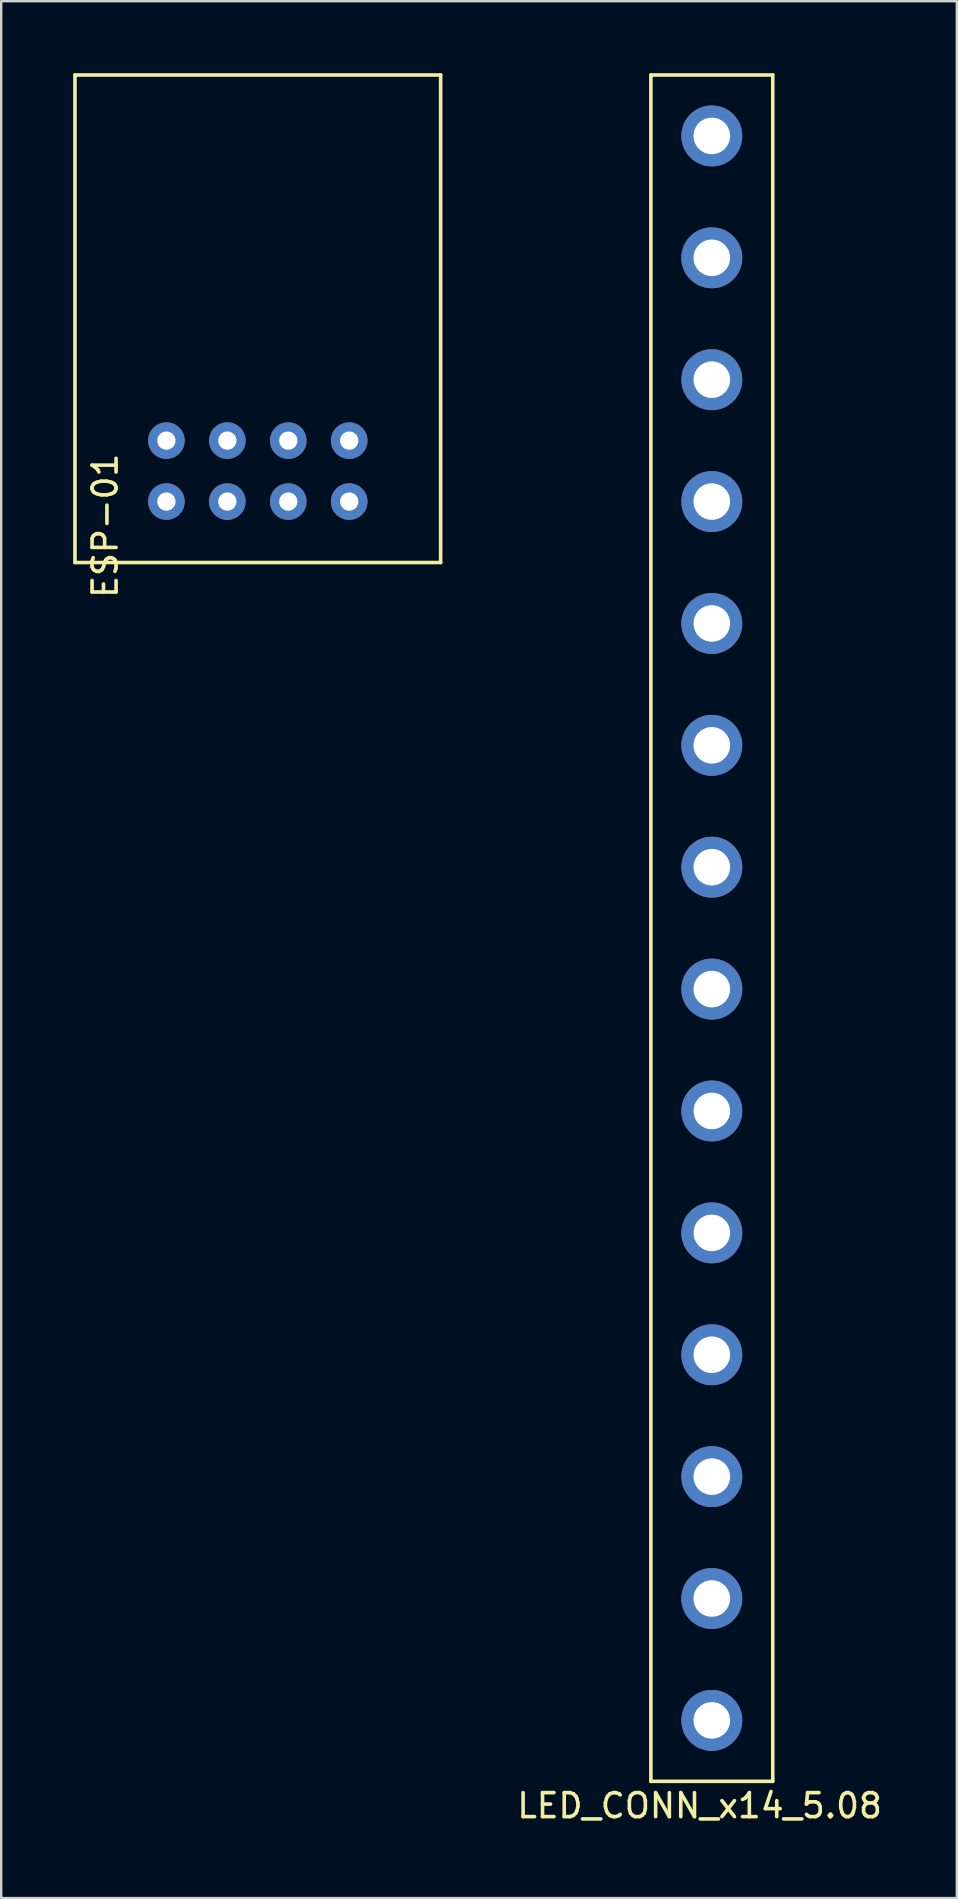
<source format=kicad_pcb>
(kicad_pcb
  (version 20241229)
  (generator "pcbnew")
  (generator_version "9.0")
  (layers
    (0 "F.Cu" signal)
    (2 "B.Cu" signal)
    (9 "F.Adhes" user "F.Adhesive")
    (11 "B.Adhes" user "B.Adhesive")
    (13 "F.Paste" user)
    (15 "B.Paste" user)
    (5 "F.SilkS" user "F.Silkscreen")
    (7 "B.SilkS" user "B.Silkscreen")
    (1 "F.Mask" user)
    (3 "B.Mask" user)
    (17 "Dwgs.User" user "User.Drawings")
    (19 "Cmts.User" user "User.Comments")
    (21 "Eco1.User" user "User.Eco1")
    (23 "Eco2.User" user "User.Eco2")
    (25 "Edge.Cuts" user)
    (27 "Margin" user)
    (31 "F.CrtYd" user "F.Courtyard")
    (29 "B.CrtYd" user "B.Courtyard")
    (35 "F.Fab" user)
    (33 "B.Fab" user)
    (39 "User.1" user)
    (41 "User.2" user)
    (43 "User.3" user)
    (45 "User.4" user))
  (footprint "LED_CONN_x14_5.08"
    (layer "F.Cu")
    (at 26.618 68.655)
    (property "Reference" "LED_CONN_x14_5.08" (at -0.508 3.556 0) (layer "F.SilkS") (effects (font (size 1 1) (thickness 0.15))))
    (attr through_hole)
    (fp_line (start -2.54 -68.58) (end 2.54 -68.58) (stroke (width 0.15) (type solid)) (layer "F.SilkS"))
    (fp_line (start -2.54 2.54) (end -2.54 -68.58) (stroke (width 0.15) (type solid)) (layer "F.SilkS"))
    (fp_line (start 2.54 -68.58) (end 2.54 2.54) (stroke (width 0.15) (type solid)) (layer "F.SilkS"))
    (fp_line (start 2.54 2.54) (end -2.54 2.54) (stroke (width 0.15) (type solid)) (layer "F.SilkS"))
    (pad "1" thru_hole circle (at 0 0) (size 2.54 2.54) (drill 1.524) (layers "*.Cu" "*.Mask"))
    (pad "2" thru_hole circle (at 0 -5.08) (size 2.54 2.54) (drill 1.524) (layers "*.Cu" "*.Mask"))
    (pad "3" thru_hole circle (at 0 -10.16) (size 2.54 2.54) (drill 1.524) (layers "*.Cu" "*.Mask"))
    (pad "4" thru_hole circle (at 0 -15.24) (size 2.54 2.54) (drill 1.524) (layers "*.Cu" "*.Mask"))
    (pad "5" thru_hole circle (at 0 -20.32) (size 2.54 2.54) (drill 1.524) (layers "*.Cu" "*.Mask"))
    (pad "6" thru_hole circle (at 0 -25.4) (size 2.54 2.54) (drill 1.524) (layers "*.Cu" "*.Mask"))
    (pad "7" thru_hole circle (at 0 -30.48) (size 2.54 2.54) (drill 1.524) (layers "*.Cu" "*.Mask"))
    (pad "8" thru_hole circle (at 0 -35.56) (size 2.54 2.54) (drill 1.524) (layers "*.Cu" "*.Mask"))
    (pad "9" thru_hole circle (at 0 -40.64) (size 2.54 2.54) (drill 1.524) (layers "*.Cu" "*.Mask"))
    (pad "10" thru_hole circle (at 0 -45.72) (size 2.54 2.54) (drill 1.524) (layers "*.Cu" "*.Mask"))
    (pad "11" thru_hole circle (at 0 -50.8) (size 2.54 2.54) (drill 1.524) (layers "*.Cu" "*.Mask"))
    (pad "12" thru_hole circle (at 0 -55.88) (size 2.54 2.54) (drill 1.524) (layers "*.Cu" "*.Mask"))
    (pad "13" thru_hole circle (at 0 -60.96) (size 2.54 2.54) (drill 1.524) (layers "*.Cu" "*.Mask"))
    (pad "14" thru_hole circle (at 0 -66.04) (size 2.54 2.54) (drill 1.524) (layers "*.Cu" "*.Mask")))
  (footprint "ESP-01"
    (layer "F.Cu")
    (at 11.505 15.315)
    (property "Reference" "ESP-01" (at -10.173 3.546 90) (layer "F.SilkS") (effects (font (size 1 1) (thickness 0.15))))
    (attr through_hole)
    (fp_line (start -11.43 -15.24) (end -11.43 5.08) (stroke (width 0.15) (type solid)) (layer "F.SilkS"))
    (fp_line (start -11.43 -15.24) (end 3.81 -15.24) (stroke (width 0.15) (type solid)) (layer "F.SilkS"))
    (fp_line (start -11.43 5.08) (end 3.81 5.08) (stroke (width 0.15) (type solid)) (layer "F.SilkS"))
    (fp_line (start 3.81 5.08) (end 3.81 -15.24) (stroke (width 0.15) (type solid)) (layer "F.SilkS"))
    (pad "1" thru_hole circle (at 0 0) (size 1.524 1.524) (drill 0.762) (layers "*.Cu" "*.Mask"))
    (pad "2" thru_hole circle (at -2.54 0) (size 1.524 1.524) (drill 0.762) (layers "*.Cu" "*.Mask"))
    (pad "3" thru_hole circle (at -5.08 0) (size 1.524 1.524) (drill 0.762) (layers "*.Cu" "*.Mask"))
    (pad "4" thru_hole circle (at -7.62 0) (size 1.524 1.524) (drill 0.762) (layers "*.Cu" "*.Mask"))
    (pad "5" thru_hole circle (at -7.62 2.54) (size 1.524 1.524) (drill 0.762) (layers "*.Cu" "*.Mask"))
    (pad "6" thru_hole circle (at -5.08 2.54) (size 1.524 1.524) (drill 0.762) (layers "*.Cu" "*.Mask"))
    (pad "7" thru_hole circle (at -2.54 2.54) (size 1.524 1.524) (drill 0.762) (layers "*.Cu" "*.Mask"))
    (pad "8" thru_hole circle (at 0 2.54) (size 1.524 1.524) (drill 0.762) (layers "*.Cu" "*.Mask")))
  (gr_rect
    (start -3 -3)
    (end 36.83 76.059)
    (stroke (width 0.1) (type default))
    (fill no)
    (layer "Edge.Cuts")))
</source>
